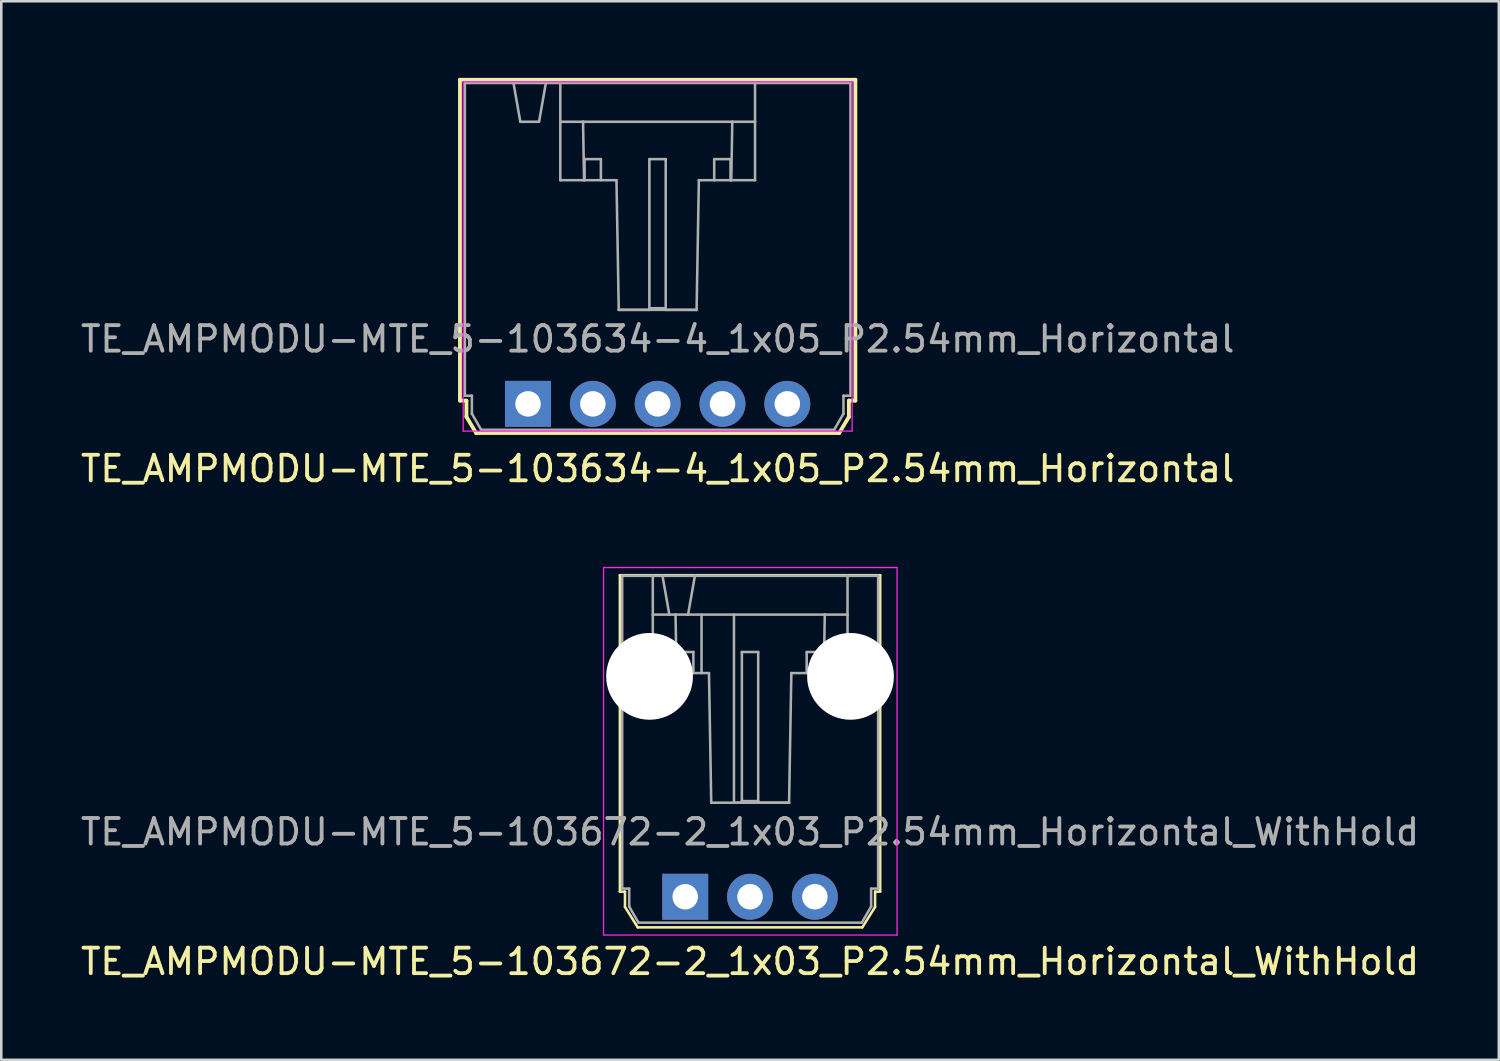
<source format=kicad_pcb>
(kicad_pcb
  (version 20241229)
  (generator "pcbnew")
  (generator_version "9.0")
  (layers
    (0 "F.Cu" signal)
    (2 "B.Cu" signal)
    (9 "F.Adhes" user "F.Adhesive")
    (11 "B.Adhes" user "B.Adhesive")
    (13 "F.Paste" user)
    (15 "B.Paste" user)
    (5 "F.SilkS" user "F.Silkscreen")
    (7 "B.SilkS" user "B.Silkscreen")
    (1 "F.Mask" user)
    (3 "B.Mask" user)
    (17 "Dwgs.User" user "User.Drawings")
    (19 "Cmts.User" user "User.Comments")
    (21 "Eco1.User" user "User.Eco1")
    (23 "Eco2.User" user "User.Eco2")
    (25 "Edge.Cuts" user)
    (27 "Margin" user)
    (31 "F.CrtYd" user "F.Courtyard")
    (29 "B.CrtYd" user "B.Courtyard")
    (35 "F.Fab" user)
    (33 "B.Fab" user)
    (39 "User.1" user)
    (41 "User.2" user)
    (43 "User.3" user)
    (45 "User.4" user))
  (footprint "TE_AMPMODU-MTE_5-103672-2_1x03_P2.54mm_Horizontal_WithHold"
    (layer "F.Cu")
    (at 23.799 32.088)
    (property "Reference" "TE_AMPMODU-MTE_5-103672-2_1x03_P2.54mm_Horizontal_WithHold" (at 2.54 2.54 180) (layer "F.SilkS") (effects (font (size 1 1) (thickness 0.15))))
    (attr through_hole)
    (fp_line (start -2.56 -12.6) (end 7.64 -12.6) (stroke (width 0.1) (type solid)) (layer "F.SilkS"))
    (fp_line (start -2.56 -0.2) (end -2.56 -12.6) (stroke (width 0.1) (type solid)) (layer "F.SilkS"))
    (fp_line (start -2.36 -0.2) (end -2.56 -0.2) (stroke (width 0.1) (type solid)) (layer "F.SilkS"))
    (fp_line (start -2.36 0.4) (end -2.36 -0.2) (stroke (width 0.1) (type solid)) (layer "F.SilkS"))
    (fp_line (start -1.86 1.2) (end -2.36 0.4) (stroke (width 0.1) (type solid)) (layer "F.SilkS"))
    (fp_line (start 6.94 1.2) (end -1.86 1.2) (stroke (width 0.1) (type solid)) (layer "F.SilkS"))
    (fp_line (start 7.44 -0.2) (end 7.44 0.4) (stroke (width 0.1) (type solid)) (layer "F.SilkS"))
    (fp_line (start 7.44 0.4) (end 6.94 1.2) (stroke (width 0.1) (type solid)) (layer "F.SilkS"))
    (fp_line (start 7.64 -12.6) (end 7.64 -0.2) (stroke (width 0.1) (type solid)) (layer "F.SilkS"))
    (fp_line (start 7.64 -0.2) (end 7.44 -0.2) (stroke (width 0.1) (type solid)) (layer "F.SilkS"))
    (fp_line (start -3.2 -12.9) (end 8.3 -12.9) (stroke (width 0.05) (type solid)) (layer "F.CrtYd"))
    (fp_line (start -3.2 1.5) (end -3.2 -12.9) (stroke (width 0.05) (type solid)) (layer "F.CrtYd"))
    (fp_line (start 8.3 -12.9) (end 8.3 1.5) (stroke (width 0.05) (type solid)) (layer "F.CrtYd"))
    (fp_line (start 8.3 1.5) (end -3.2 1.5) (stroke (width 0.05) (type solid)) (layer "F.CrtYd"))
    (fp_line (start -2.47 -12.575) (end -1.27 -12.575) (stroke (width 0.1) (type solid)) (layer "F.Fab"))
    (fp_line (start -2.47 -0.32) (end -2.47 -12.575) (stroke (width 0.1) (type solid)) (layer "F.Fab"))
    (fp_line (start -2.47 -0.32) (end -2.195 -0.32) (stroke (width 0.1) (type solid)) (layer "F.Fab"))
    (fp_line (start -2.195 0.38) (end -2.195 -0.32) (stroke (width 0.1) (type solid)) (layer "F.Fab"))
    (fp_line (start -1.831 1.015) (end -2.192 0.39) (stroke (width 0.1) (type solid)) (layer "F.Fab"))
    (fp_line (start -1.27 -11.055) (end -1.27 -12.575) (stroke (width 0.1) (type solid)) (layer "F.Fab"))
    (fp_line (start -1.27 -8.765) (end -1.27 -11.055) (stroke (width 0.1) (type solid)) (layer "F.Fab"))
    (fp_line (start -0.89 -12.575) (end -1.27 -12.575) (stroke (width 0.1) (type solid)) (layer "F.Fab"))
    (fp_line (start -0.89 -12.575) (end -0.622 -11.055) (stroke (width 0.1) (type solid)) (layer "F.Fab"))
    (fp_line (start -0.622 -11.055) (end -1.27 -11.055) (stroke (width 0.1) (type solid)) (layer "F.Fab"))
    (fp_line (start -0.379 -11.055) (end -0.622 -11.055) (stroke (width 0.1) (type solid)) (layer "F.Fab"))
    (fp_line (start -0.379 -11.055) (end 0.112 -11.055) (stroke (width 0.1) (type solid)) (layer "F.Fab"))
    (fp_line (start -0.339 -8.765) (end -1.27 -8.765) (stroke (width 0.1) (type solid)) (layer "F.Fab"))
    (fp_line (start -0.339 -8.765) (end -0.379 -11.055) (stroke (width 0.1) (type solid)) (layer "F.Fab"))
    (fp_line (start -0.32 -8.765) (end -0.32 -9.591) (stroke (width 0.1) (type solid)) (layer "F.Fab"))
    (fp_line (start 0.112 -11.055) (end 0.38 -12.575) (stroke (width 0.1) (type solid)) (layer "F.Fab"))
    (fp_line (start 0.32 -9.591) (end -0.32 -9.591) (stroke (width 0.1) (type solid)) (layer "F.Fab"))
    (fp_line (start 0.32 -8.765) (end 0.32 -9.591) (stroke (width 0.1) (type solid)) (layer "F.Fab"))
    (fp_line (start 0.38 -12.575) (end -0.89 -12.575) (stroke (width 0.1) (type solid)) (layer "F.Fab"))
    (fp_line (start 0.64 -11.055) (end 0.64 -8.765) (stroke (width 0.1) (type solid)) (layer "F.Fab"))
    (fp_line (start 0.931 -8.765) (end -0.339 -8.765) (stroke (width 0.1) (type solid)) (layer "F.Fab"))
    (fp_line (start 0.931 -8.765) (end 1.02 -3.685) (stroke (width 0.1) (type solid)) (layer "F.Fab"))
    (fp_line (start 1.02 -3.685) (end 4.07 -3.685) (stroke (width 0.1) (type solid)) (layer "F.Fab"))
    (fp_line (start 1.91 -11.055) (end 1.91 -3.685) (stroke (width 0.1) (type solid)) (layer "F.Fab"))
    (fp_line (start 1.91 -3.685) (end 2.22 -3.685) (stroke (width 0.1) (type solid)) (layer "F.Fab"))
    (fp_line (start 2.22 -3.748) (end 2.22 -9.591) (stroke (width 0.1) (type solid)) (layer "F.Fab"))
    (fp_line (start 2.22 -3.685) (end 2.22 -3.748) (stroke (width 0.1) (type solid)) (layer "F.Fab"))
    (fp_line (start 2.86 -9.591) (end 2.22 -9.591) (stroke (width 0.1) (type solid)) (layer "F.Fab"))
    (fp_line (start 2.86 -3.748) (end 2.22 -3.748) (stroke (width 0.1) (type solid)) (layer "F.Fab"))
    (fp_line (start 2.86 -3.748) (end 2.86 -9.591) (stroke (width 0.1) (type solid)) (layer "F.Fab"))
    (fp_line (start 2.86 -3.685) (end 2.86 -3.748) (stroke (width 0.1) (type solid)) (layer "F.Fab"))
    (fp_line (start 2.86 -3.685) (end 4.07 -3.685) (stroke (width 0.1) (type solid)) (layer "F.Fab"))
    (fp_line (start 4.159 -8.765) (end 4.07 -3.685) (stroke (width 0.1) (type solid)) (layer "F.Fab"))
    (fp_line (start 4.76 -8.765) (end 4.76 -9.591) (stroke (width 0.1) (type solid)) (layer "F.Fab"))
    (fp_line (start 5.4 -9.591) (end 4.76 -9.591) (stroke (width 0.1) (type solid)) (layer "F.Fab"))
    (fp_line (start 5.4 -8.765) (end 5.4 -9.591) (stroke (width 0.1) (type solid)) (layer "F.Fab"))
    (fp_line (start 5.429 -8.765) (end 4.159 -8.765) (stroke (width 0.1) (type solid)) (layer "F.Fab"))
    (fp_line (start 5.429 -8.765) (end 5.469 -11.055) (stroke (width 0.1) (type solid)) (layer "F.Fab"))
    (fp_line (start 5.469 -11.055) (end 0.112 -11.055) (stroke (width 0.1) (type solid)) (layer "F.Fab"))
    (fp_line (start 6.36 -12.575) (end 0.38 -12.575) (stroke (width 0.1) (type solid)) (layer "F.Fab"))
    (fp_line (start 6.36 -11.055) (end 5.469 -11.055) (stroke (width 0.1) (type solid)) (layer "F.Fab"))
    (fp_line (start 6.36 -11.055) (end 6.36 -12.575) (stroke (width 0.1) (type solid)) (layer "F.Fab"))
    (fp_line (start 6.36 -8.765) (end 5.429 -8.765) (stroke (width 0.1) (type solid)) (layer "F.Fab"))
    (fp_line (start 6.36 -8.765) (end 6.36 -11.055) (stroke (width 0.1) (type solid)) (layer "F.Fab"))
    (fp_line (start 6.921 1.015) (end -1.831 1.015) (stroke (width 0.1) (type solid)) (layer "F.Fab"))
    (fp_line (start 7.282 0.39) (end 6.921 1.015) (stroke (width 0.1) (type solid)) (layer "F.Fab"))
    (fp_line (start 7.285 -0.32) (end 7.285 0.38) (stroke (width 0.1) (type solid)) (layer "F.Fab"))
    (fp_line (start 7.56 -12.575) (end 6.36 -12.575) (stroke (width 0.1) (type solid)) (layer "F.Fab"))
    (fp_line (start 7.56 -12.575) (end 7.56 -0.32) (stroke (width 0.1) (type solid)) (layer "F.Fab"))
    (fp_line (start 7.56 -0.32) (end 7.285 -0.32) (stroke (width 0.1) (type solid)) (layer "F.Fab"))
    (fp_arc (start -2.192321 0.39) (mid -2.194319 0.385176) (end -2.195 0.38) (stroke (width 0.1) (type solid)) (layer "F.Fab"))
    (fp_arc (start 7.285 0.38) (mid 7.284319 0.385176) (end 7.282321 0.39) (stroke (width 0.1) (type solid)) (layer "F.Fab"))
    (fp_text user "${REFERENCE}" (at 2.54 -2.54 180) (layer "F.Fab") (effects (font (size 1 1) (thickness 0.15))))
    (pad "" np_thru_hole circle (at -1.397 -8.636) (size 3.4 3.4) (drill 3.4) (layers "*.Cu" "*.Mask"))
    (pad "" np_thru_hole circle (at 6.477 -8.636) (size 3.4 3.4) (drill 3.4) (layers "*.Cu" "*.Mask"))
    (pad "1" thru_hole rect (at 0 0) (size 1.8 1.8) (drill 1) (layers "*.Cu" "*.Mask"))
    (pad "2" thru_hole circle (at 2.54 0 90) (size 1.8 1.8) (drill 1) (layers "*.Cu" "*.Mask"))
    (pad "3" thru_hole circle (at 5.08 0 90) (size 1.8 1.8) (drill 1) (layers "*.Cu" "*.Mask")))
  (footprint "TE_AMPMODU-MTE_5-103634-4_1x05_P2.54mm_Horizontal"
    (layer "F.Cu")
    (at 17.64 12.775)
    (property "Reference" "TE_AMPMODU-MTE_5-103634-4_1x05_P2.54mm_Horizontal" (at 5.08 2.54 180) (layer "F.SilkS") (effects (font (size 1 1) (thickness 0.15))))
    (attr smd)
    (fp_line (start -2.667 -12.7) (end 12.827 -12.7) (stroke (width 0.15) (type solid)) (layer "F.SilkS"))
    (fp_line (start -2.667 -0.127) (end -2.667 -12.7) (stroke (width 0.15) (type solid)) (layer "F.SilkS"))
    (fp_line (start -2.413 -0.127) (end -2.667 -0.127) (stroke (width 0.15) (type solid)) (layer "F.SilkS"))
    (fp_line (start -2.413 0.508) (end -2.413 -0.127) (stroke (width 0.15) (type solid)) (layer "F.SilkS"))
    (fp_line (start -2.032 1.143) (end -2.413 0.508) (stroke (width 0.15) (type solid)) (layer "F.SilkS"))
    (fp_line (start 12.192 1.143) (end -2.032 1.143) (stroke (width 0.15) (type solid)) (layer "F.SilkS"))
    (fp_line (start 12.573 -0.127) (end 12.573 0.508) (stroke (width 0.15) (type solid)) (layer "F.SilkS"))
    (fp_line (start 12.573 0.508) (end 12.192 1.143) (stroke (width 0.15) (type solid)) (layer "F.SilkS"))
    (fp_line (start 12.827 -12.7) (end 12.827 -0.127) (stroke (width 0.15) (type solid)) (layer "F.SilkS"))
    (fp_line (start 12.827 -0.127) (end 12.573 -0.127) (stroke (width 0.15) (type solid)) (layer "F.SilkS"))
    (fp_line (start -2.54 -12.624) (end 12.7 -12.624) (stroke (width 0.05) (type solid)) (layer "F.CrtYd"))
    (fp_line (start -2.54 1.067) (end -2.54 -12.624) (stroke (width 0.05) (type solid)) (layer "F.CrtYd"))
    (fp_line (start 12.7 -12.624) (end 12.7 1.067) (stroke (width 0.05) (type solid)) (layer "F.CrtYd"))
    (fp_line (start 12.7 1.067) (end -2.54 1.067) (stroke (width 0.05) (type solid)) (layer "F.CrtYd"))
    (fp_line (start -2.475 -12.574) (end -0.57 -12.574) (stroke (width 0.1) (type solid)) (layer "F.Fab"))
    (fp_line (start -2.475 -0.319) (end -2.475 -12.574) (stroke (width 0.1) (type solid)) (layer "F.Fab"))
    (fp_line (start -2.475 -0.319) (end -2.2 -0.319) (stroke (width 0.1) (type solid)) (layer "F.Fab"))
    (fp_line (start -2.2 0.381) (end -2.2 -0.319) (stroke (width 0.1) (type solid)) (layer "F.Fab"))
    (fp_line (start -1.836 1.016) (end -2.197 0.391) (stroke (width 0.1) (type solid)) (layer "F.Fab"))
    (fp_line (start -0.57 -12.574) (end -0.302 -11.054) (stroke (width 0.1) (type solid)) (layer "F.Fab"))
    (fp_line (start -0.325 -0.325) (end -0.325 0.325) (stroke (width 0.1) (type solid)) (layer "F.Fab"))
    (fp_line (start -0.325 0.325) (end 0.315 0.325) (stroke (width 0.1) (type solid)) (layer "F.Fab"))
    (fp_line (start -0.302 -11.054) (end 0.432 -11.054) (stroke (width 0.1) (type solid)) (layer "F.Fab"))
    (fp_line (start 0.315 -0.325) (end -0.325 -0.325) (stroke (width 0.1) (type solid)) (layer "F.Fab"))
    (fp_line (start 0.315 0.325) (end 0.315 -0.325) (stroke (width 0.1) (type solid)) (layer "F.Fab"))
    (fp_line (start 0.432 -11.054) (end 0.7 -12.574) (stroke (width 0.1) (type solid)) (layer "F.Fab"))
    (fp_line (start 0.7 -12.574) (end -0.57 -12.574) (stroke (width 0.1) (type solid)) (layer "F.Fab"))
    (fp_line (start 0.7 -12.574) (end 1.265 -12.574) (stroke (width 0.1) (type solid)) (layer "F.Fab"))
    (fp_line (start 1.265 -11.054) (end 1.265 -12.574) (stroke (width 0.1) (type solid)) (layer "F.Fab"))
    (fp_line (start 1.265 -8.764) (end 1.265 -11.054) (stroke (width 0.1) (type solid)) (layer "F.Fab"))
    (fp_line (start 2.156 -11.054) (end 1.265 -11.054) (stroke (width 0.1) (type solid)) (layer "F.Fab"))
    (fp_line (start 2.196 -8.764) (end 1.265 -8.764) (stroke (width 0.1) (type solid)) (layer "F.Fab"))
    (fp_line (start 2.196 -8.764) (end 2.156 -11.054) (stroke (width 0.1) (type solid)) (layer "F.Fab"))
    (fp_line (start 2.215 -8.764) (end 2.215 -9.589) (stroke (width 0.1) (type solid)) (layer "F.Fab"))
    (fp_line (start 2.215 -0.325) (end 2.215 0.325) (stroke (width 0.1) (type solid)) (layer "F.Fab"))
    (fp_line (start 2.215 0.325) (end 2.855 0.325) (stroke (width 0.1) (type solid)) (layer "F.Fab"))
    (fp_line (start 2.855 -9.589) (end 2.215 -9.589) (stroke (width 0.1) (type solid)) (layer "F.Fab"))
    (fp_line (start 2.855 -8.764) (end 2.855 -9.589) (stroke (width 0.1) (type solid)) (layer "F.Fab"))
    (fp_line (start 2.855 -0.325) (end 2.215 -0.325) (stroke (width 0.1) (type solid)) (layer "F.Fab"))
    (fp_line (start 2.855 0.325) (end 2.855 -0.325) (stroke (width 0.1) (type solid)) (layer "F.Fab"))
    (fp_line (start 3.466 -8.764) (end 2.196 -8.764) (stroke (width 0.1) (type solid)) (layer "F.Fab"))
    (fp_line (start 3.466 -8.764) (end 3.555 -3.684) (stroke (width 0.1) (type solid)) (layer "F.Fab"))
    (fp_line (start 3.555 -3.684) (end 4.755 -3.684) (stroke (width 0.1) (type solid)) (layer "F.Fab"))
    (fp_line (start 3.555 -3.684) (end 6.605 -3.684) (stroke (width 0.1) (type solid)) (layer "F.Fab"))
    (fp_line (start 4.755 -3.748) (end 4.755 -9.589) (stroke (width 0.1) (type solid)) (layer "F.Fab"))
    (fp_line (start 4.755 -3.684) (end 4.755 -3.748) (stroke (width 0.1) (type solid)) (layer "F.Fab"))
    (fp_line (start 4.755 -0.325) (end 4.755 0.325) (stroke (width 0.1) (type solid)) (layer "F.Fab"))
    (fp_line (start 4.755 0.325) (end 5.395 0.325) (stroke (width 0.1) (type solid)) (layer "F.Fab"))
    (fp_line (start 5.395 -9.589) (end 4.755 -9.589) (stroke (width 0.1) (type solid)) (layer "F.Fab"))
    (fp_line (start 5.395 -3.748) (end 4.755 -3.748) (stroke (width 0.1) (type solid)) (layer "F.Fab"))
    (fp_line (start 5.395 -3.748) (end 5.395 -9.589) (stroke (width 0.1) (type solid)) (layer "F.Fab"))
    (fp_line (start 5.395 -3.684) (end 5.395 -3.748) (stroke (width 0.1) (type solid)) (layer "F.Fab"))
    (fp_line (start 5.395 -3.684) (end 6.605 -3.684) (stroke (width 0.1) (type solid)) (layer "F.Fab"))
    (fp_line (start 5.395 -0.325) (end 4.755 -0.325) (stroke (width 0.1) (type solid)) (layer "F.Fab"))
    (fp_line (start 5.395 0.325) (end 5.395 -0.325) (stroke (width 0.1) (type solid)) (layer "F.Fab"))
    (fp_line (start 6.694 -8.764) (end 6.605 -3.684) (stroke (width 0.1) (type solid)) (layer "F.Fab"))
    (fp_line (start 7.295 -8.764) (end 7.295 -9.589) (stroke (width 0.1) (type solid)) (layer "F.Fab"))
    (fp_line (start 7.295 -0.325) (end 7.295 0.325) (stroke (width 0.1) (type solid)) (layer "F.Fab"))
    (fp_line (start 7.295 0.325) (end 7.935 0.325) (stroke (width 0.1) (type solid)) (layer "F.Fab"))
    (fp_line (start 7.935 -9.589) (end 7.295 -9.589) (stroke (width 0.1) (type solid)) (layer "F.Fab"))
    (fp_line (start 7.935 -8.764) (end 7.935 -9.589) (stroke (width 0.1) (type solid)) (layer "F.Fab"))
    (fp_line (start 7.935 -0.325) (end 7.295 -0.325) (stroke (width 0.1) (type solid)) (layer "F.Fab"))
    (fp_line (start 7.935 0.325) (end 7.935 -0.325) (stroke (width 0.1) (type solid)) (layer "F.Fab"))
    (fp_line (start 7.964 -8.764) (end 6.694 -8.764) (stroke (width 0.1) (type solid)) (layer "F.Fab"))
    (fp_line (start 7.964 -8.764) (end 8.004 -11.054) (stroke (width 0.1) (type solid)) (layer "F.Fab"))
    (fp_line (start 8.004 -11.054) (end 2.156 -11.054) (stroke (width 0.1) (type solid)) (layer "F.Fab"))
    (fp_line (start 8.895 -12.574) (end 1.265 -12.574) (stroke (width 0.1) (type solid)) (layer "F.Fab"))
    (fp_line (start 8.895 -11.054) (end 8.004 -11.054) (stroke (width 0.1) (type solid)) (layer "F.Fab"))
    (fp_line (start 8.895 -11.054) (end 8.895 -12.574) (stroke (width 0.1) (type solid)) (layer "F.Fab"))
    (fp_line (start 8.895 -8.764) (end 7.964 -8.764) (stroke (width 0.1) (type solid)) (layer "F.Fab"))
    (fp_line (start 8.895 -8.764) (end 8.895 -11.054) (stroke (width 0.1) (type solid)) (layer "F.Fab"))
    (fp_line (start 9.835 -0.325) (end 9.835 0.325) (stroke (width 0.1) (type solid)) (layer "F.Fab"))
    (fp_line (start 9.835 0.325) (end 10.475 0.325) (stroke (width 0.1) (type solid)) (layer "F.Fab"))
    (fp_line (start 10.475 -0.325) (end 9.835 -0.325) (stroke (width 0.1) (type solid)) (layer "F.Fab"))
    (fp_line (start 10.475 0.325) (end 10.475 -0.325) (stroke (width 0.1) (type solid)) (layer "F.Fab"))
    (fp_line (start 11.996 1.016) (end -1.836 1.016) (stroke (width 0.1) (type solid)) (layer "F.Fab"))
    (fp_line (start 12.357 0.391) (end 11.996 1.016) (stroke (width 0.1) (type solid)) (layer "F.Fab"))
    (fp_line (start 12.36 -0.319) (end 12.36 0.381) (stroke (width 0.1) (type solid)) (layer "F.Fab"))
    (fp_line (start 12.635 -12.574) (end 8.895 -12.574) (stroke (width 0.1) (type solid)) (layer "F.Fab"))
    (fp_line (start 12.635 -12.574) (end 12.635 -0.319) (stroke (width 0.1) (type solid)) (layer "F.Fab"))
    (fp_line (start 12.635 -0.319) (end 12.36 -0.319) (stroke (width 0.1) (type solid)) (layer "F.Fab"))
    (fp_arc (start -2.197321 0.391) (mid -2.199319 0.386176) (end -2.2 0.381) (stroke (width 0.1) (type solid)) (layer "F.Fab"))
    (fp_arc (start 12.36 0.381) (mid 12.359319 0.386176) (end 12.357321 0.391) (stroke (width 0.1) (type solid)) (layer "F.Fab"))
    (fp_text user "${REFERENCE}" (at 5.08 -2.54 0) (layer "F.Fab") (effects (font (size 1 1) (thickness 0.15))))
    (pad "1" thru_hole rect (at 0 0) (size 1.8 1.8) (drill 1) (layers "*.Cu" "*.Mask"))
    (pad "2" thru_hole circle (at 2.54 0) (size 1.8 1.8) (drill 1) (layers "*.Cu" "*.Mask"))
    (pad "3" thru_hole circle (at 5.08 0) (size 1.8 1.8) (drill 1) (layers "*.Cu" "*.Mask"))
    (pad "4" thru_hole circle (at 7.62 0) (size 1.8 1.8) (drill 1) (layers "*.Cu" "*.Mask"))
    (pad "5" thru_hole circle (at 10.16 0) (size 1.8 1.8) (drill 1) (layers "*.Cu" "*.Mask")))
  (gr_rect
    (start -3 -3)
    (end 55.679 38.477)
    (stroke (width 0.1) (type default))
    (fill no)
    (layer "Edge.Cuts")))
</source>
